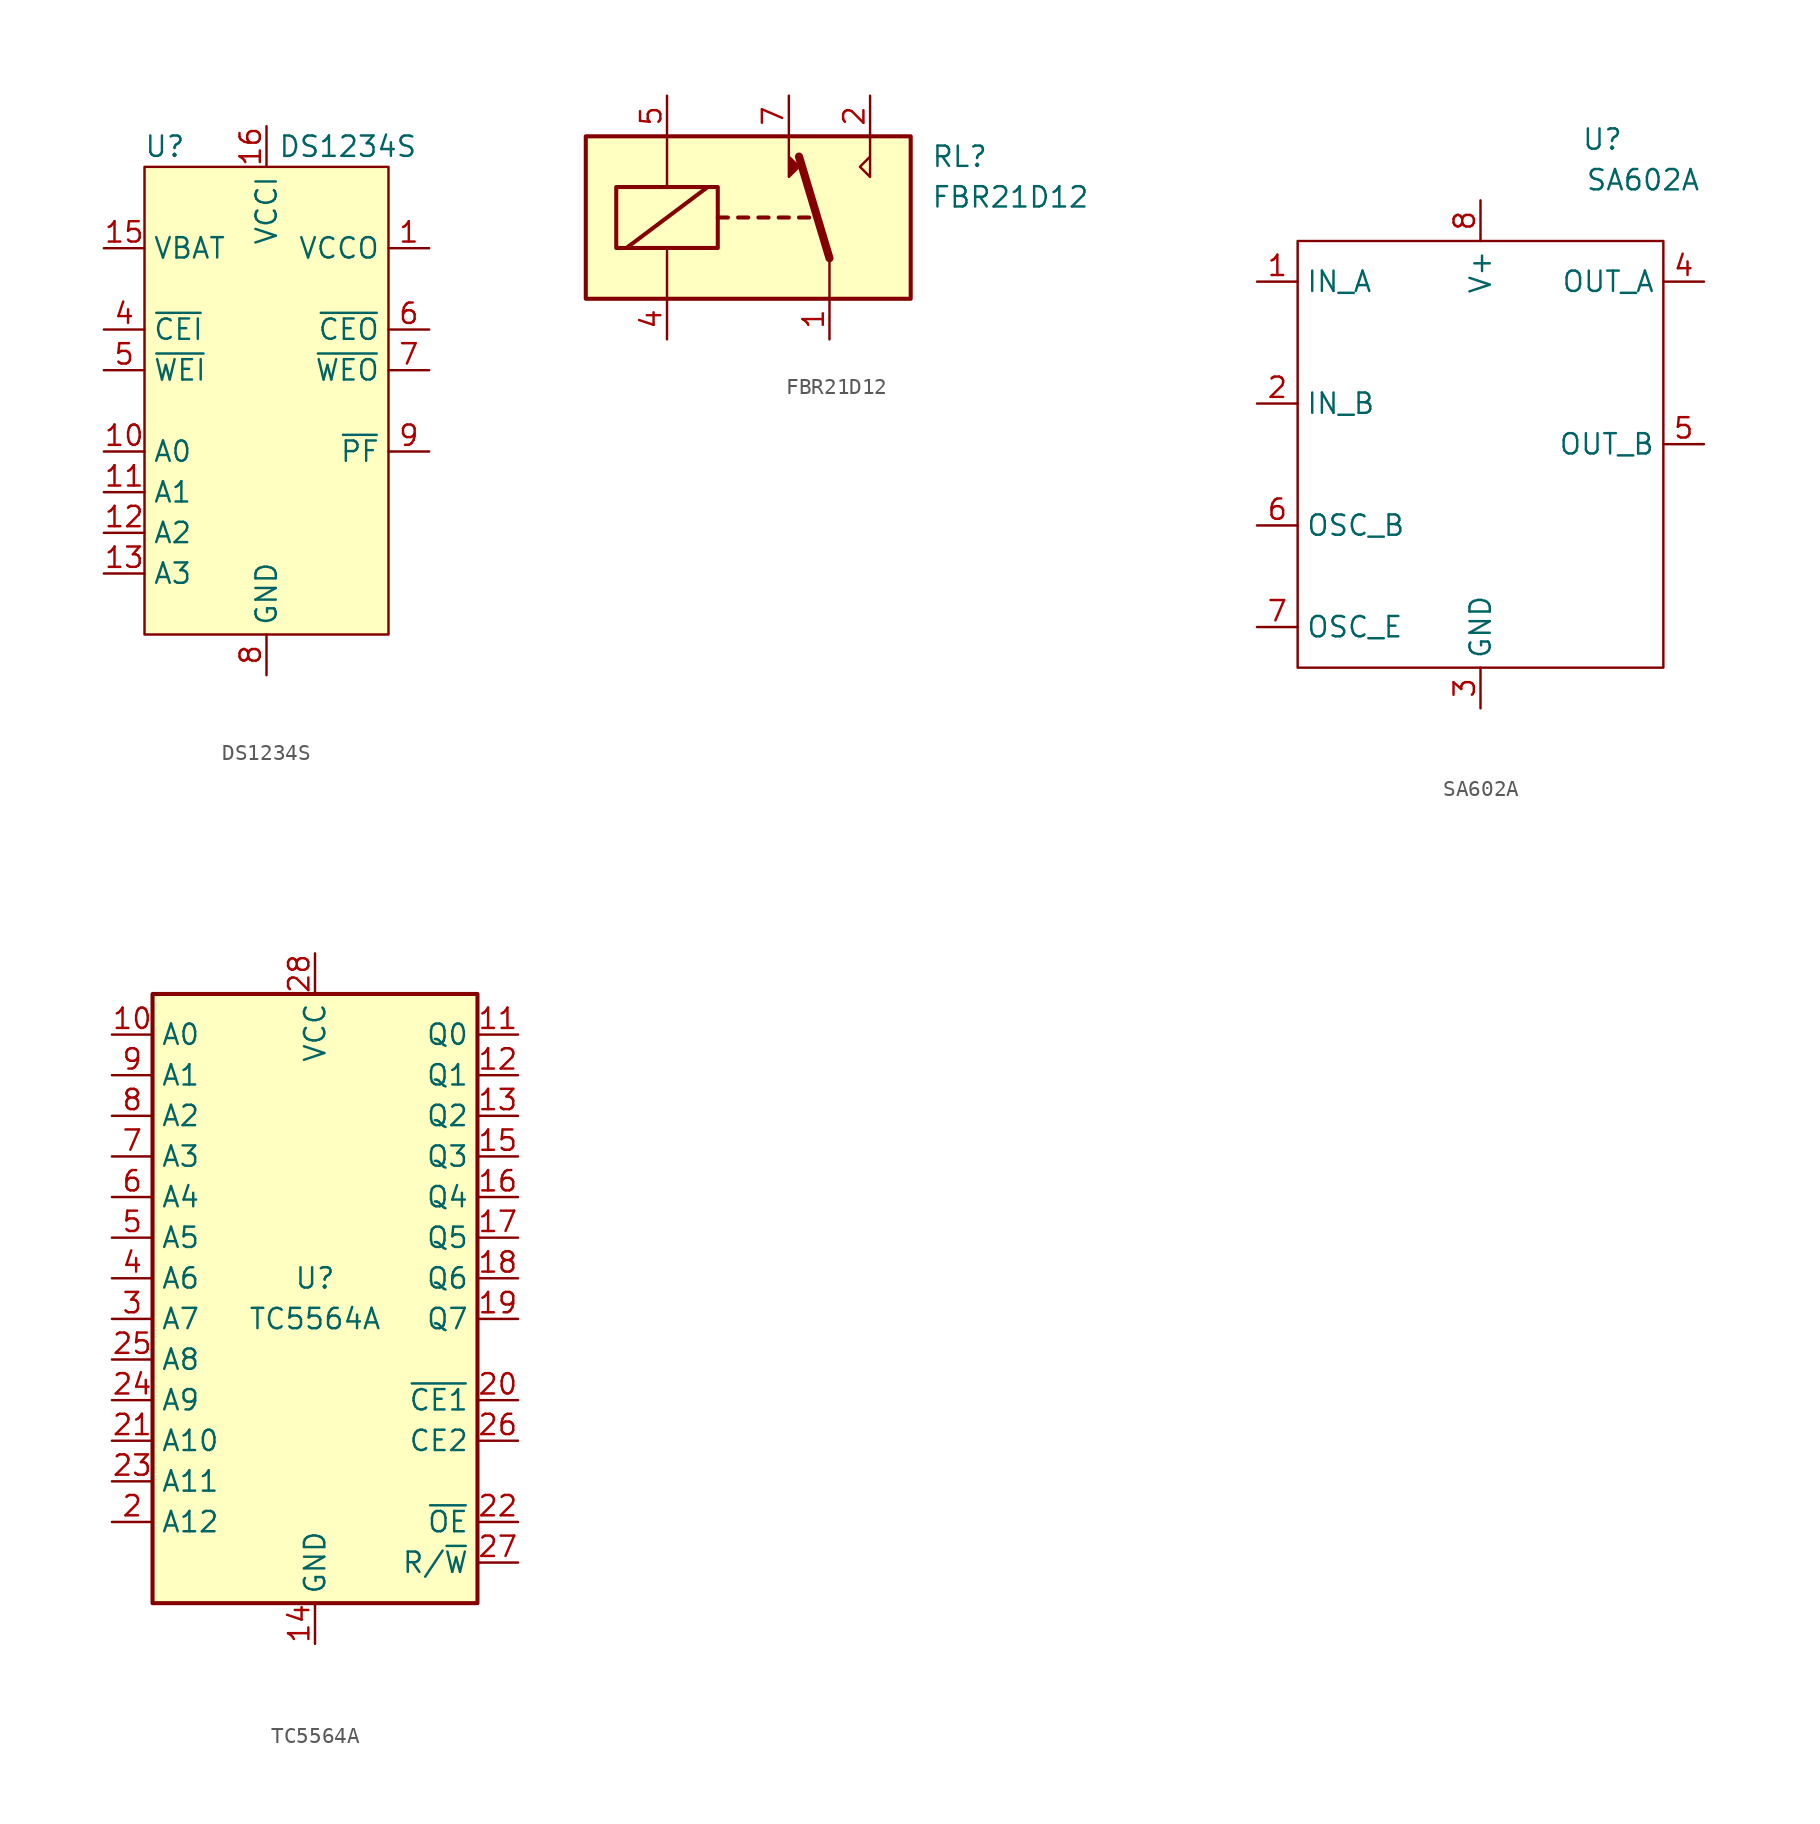
<source format=kicad_sym>
(kicad_symbol_lib
  (version 20211014)
  (generator kicad_symbol_editor)
  (symbol "DS1234S"
    (property "Reference" "U"
      (at -6.35 6.35 0)
      (effects (font (size 1.27 1.27))))
    (property "Value" "DS1234S"
      (at 5.08 6.35 0)
      (effects (font (size 1.27 1.27))))
    (symbol "DS1234S_0_1"
      (rectangle (start -7.62 5.08) (end 7.62 -24.13) (stroke (width 0) (type default) (color 0 0 0 0)) (fill (type background))))
    (symbol "DS1234S_1_1"
      (pin output line (at 10.16 0 180) (length 2.54) (name "VCCO" (effects (font (size 1.27 1.27)))) (number "1" (effects (font (size 1.27 1.27)))))
      (pin input line (at -10.16 -12.7 0) (length 2.54) (name "A0" (effects (font (size 1.27 1.27)))) (number "10" (effects (font (size 1.27 1.27)))))
      (pin input line (at -10.16 -15.24 0) (length 2.54) (name "A1" (effects (font (size 1.27 1.27)))) (number "11" (effects (font (size 1.27 1.27)))))
      (pin input line (at -10.16 -17.78 0) (length 2.54) (name "A2" (effects (font (size 1.27 1.27)))) (number "12" (effects (font (size 1.27 1.27)))))
      (pin input line (at -10.16 -20.32 0) (length 2.54) (name "A3" (effects (font (size 1.27 1.27)))) (number "13" (effects (font (size 1.27 1.27)))))
      (pin power_in line (at -10.16 0 0) (length 2.54) (name "VBAT" (effects (font (size 1.27 1.27)))) (number "15" (effects (font (size 1.27 1.27)))))
      (pin input line (at 0 7.62 270) (length 2.54) (name "VCCI" (effects (font (size 1.27 1.27)))) (number "16" (effects (font (size 1.27 1.27)))))
      (pin input line (at -10.16 -5.08 0) (length 2.54) (name "~{CEI}" (effects (font (size 1.27 1.27)))) (number "4" (effects (font (size 1.27 1.27)))))
      (pin input line (at -10.16 -7.62 0) (length 2.54) (name "~{WEI}" (effects (font (size 1.27 1.27)))) (number "5" (effects (font (size 1.27 1.27)))))
      (pin output line (at 10.16 -5.08 180) (length 2.54) (name "~{CEO}" (effects (font (size 1.27 1.27)))) (number "6" (effects (font (size 1.27 1.27)))))
      (pin output line (at 10.16 -7.62 180) (length 2.54) (name "~{WEO}" (effects (font (size 1.27 1.27)))) (number "7" (effects (font (size 1.27 1.27)))))
      (pin power_in line (at 0 -26.67 90) (length 2.54) (name "GND" (effects (font (size 1.27 1.27)))) (number "8" (effects (font (size 1.27 1.27)))))
      (pin output line (at 10.16 -12.7 180) (length 2.54) (name "~{PF}" (effects (font (size 1.27 1.27)))) (number "9" (effects (font (size 1.27 1.27)))))))
  (symbol "FBR21D12"
    (property "Reference" "RL"
      (at 11.43 3.81 0)
      (effects (font (size 1.27 1.27)) (justify left)))
    (property "Value" "FBR21D12"
      (at 11.43 1.27 0)
      (effects (font (size 1.27 1.27)) (justify left)))
    (symbol "FBR21D12_0_0"
      (polyline (pts (xy 7.62 5.08) (xy 7.62 2.54) (xy 6.985 3.175) (xy 7.62 3.81)) (stroke (width 0) (type default) (color 0 0 0 0)) (fill (type none))))
    (symbol "FBR21D12_0_1"
      (rectangle (start -10.16 5.08) (end 10.16 -5.08) (stroke (width 0.254) (type default) (color 0 0 0 0)) (fill (type background)))
      (rectangle (start -8.255 1.905) (end -1.905 -1.905) (stroke (width 0.254) (type default) (color 0 0 0 0)) (fill (type none)))
      (polyline (pts (xy -7.62 -1.905) (xy -2.54 1.905)) (stroke (width 0.254) (type default) (color 0 0 0 0)) (fill (type none)))
      (polyline (pts (xy -5.08 -5.08) (xy -5.08 -1.905)) (stroke (width 0) (type default) (color 0 0 0 0)) (fill (type none)))
      (polyline (pts (xy -5.08 5.08) (xy -5.08 1.905)) (stroke (width 0) (type default) (color 0 0 0 0)) (fill (type none)))
      (polyline (pts (xy -1.905 0) (xy -1.27 0)) (stroke (width 0.254) (type default) (color 0 0 0 0)) (fill (type none)))
      (polyline (pts (xy -0.635 0) (xy 0 0)) (stroke (width 0.254) (type default) (color 0 0 0 0)) (fill (type none)))
      (polyline (pts (xy 0.635 0) (xy 1.27 0)) (stroke (width 0.254) (type default) (color 0 0 0 0)) (fill (type none)))
      (polyline (pts (xy 1.905 0) (xy 2.54 0)) (stroke (width 0.254) (type default) (color 0 0 0 0)) (fill (type none)))
      (polyline (pts (xy 3.175 0) (xy 3.81 0)) (stroke (width 0.254) (type default) (color 0 0 0 0)) (fill (type none)))
      (polyline (pts (xy 5.08 -2.54) (xy 3.175 3.81)) (stroke (width 0.508) (type default) (color 0 0 0 0)) (fill (type none)))
      (polyline (pts (xy 5.08 -2.54) (xy 5.08 -5.08)) (stroke (width 0) (type default) (color 0 0 0 0)) (fill (type none)))
      (polyline (pts (xy 2.54 5.08) (xy 2.54 2.54) (xy 3.175 3.175) (xy 2.54 3.81)) (stroke (width 0) (type default) (color 0 0 0 0)) (fill (type outline))))
    (symbol "FBR21D12_1_1"
      (pin passive line (at 5.08 -7.62 90) (length 2.54) (name "~" (effects (font (size 1.27 1.27)))) (number "1" (effects (font (size 1.27 1.27)))))
      (pin passive line (at 7.62 7.62 270) (length 2.54) (name "~" (effects (font (size 1.27 1.27)))) (number "2" (effects (font (size 1.27 1.27)))))
      (pin passive line (at -5.08 -7.62 90) (length 2.54) (name "~" (effects (font (size 1.27 1.27)))) (number "4" (effects (font (size 1.27 1.27)))))
      (pin passive line (at -5.08 7.62 270) (length 2.54) (name "~" (effects (font (size 1.27 1.27)))) (number "5" (effects (font (size 1.27 1.27)))))
      (pin passive line (at 2.54 7.62 270) (length 2.54) (name "~" (effects (font (size 1.27 1.27)))) (number "7" (effects (font (size 1.27 1.27)))))
      (pin passive line (at 5.08 -7.62 90) (length 2.54) hide (name "~" (effects (font (size 1.27 1.27)))) (number "8" (effects (font (size 1.27 1.27)))))))
  (symbol "SA602A"
    (property "Reference" "U"
      (at 10.16 6.35 0)
      (effects (font (size 1.27 1.27))))
    (property "Value" "SA602A"
      (at 12.7 3.81 0)
      (effects (font (size 1.27 1.27))))
    (symbol "SA602A_0_1"
      (rectangle (start -8.89 0) (end 13.97 -26.67) (stroke (width 0) (type default) (color 0 0 0 0)) (fill (type none))))
    (symbol "SA602A_1_1"
      (pin input line (at -11.43 -2.54 0) (length 2.54) (name "IN_A" (effects (font (size 1.27 1.27)))) (number "1" (effects (font (size 1.27 1.27)))))
      (pin input line (at -11.43 -10.16 0) (length 2.54) (name "IN_B" (effects (font (size 1.27 1.27)))) (number "2" (effects (font (size 1.27 1.27)))))
      (pin power_in line (at 2.54 -29.21 90) (length 2.54) (name "GND" (effects (font (size 1.27 1.27)))) (number "3" (effects (font (size 1.27 1.27)))))
      (pin output line (at 16.51 -2.54 180) (length 2.54) (name "OUT_A" (effects (font (size 1.27 1.27)))) (number "4" (effects (font (size 1.27 1.27)))))
      (pin output line (at 16.51 -12.7 180) (length 2.54) (name "OUT_B" (effects (font (size 1.27 1.27)))) (number "5" (effects (font (size 1.27 1.27)))))
      (pin passive line (at -11.43 -17.78 0) (length 2.54) (name "OSC_B" (effects (font (size 1.27 1.27)))) (number "6" (effects (font (size 1.27 1.27)))))
      (pin passive line (at -11.43 -24.13 0) (length 2.54) (name "OSC_E" (effects (font (size 1.27 1.27)))) (number "7" (effects (font (size 1.27 1.27)))))
      (pin power_in line (at 2.54 2.54 270) (length 2.54) (name "V+" (effects (font (size 1.27 1.27)))) (number "8" (effects (font (size 1.27 1.27)))))))
  (symbol "TC5564A"
    (property "Reference" "U"
      (at 0 1.27 0)
      (effects (font (size 1.27 1.27))))
    (property "Value" "TC5564A"
      (at 0 -1.27 0)
      (effects (font (size 1.27 1.27))))
    (symbol "TC5564A_0_0"
      (pin power_in line (at 0 -21.59 90) (length 2.54) (name "GND" (effects (font (size 1.27 1.27)))) (number "14" (effects (font (size 1.27 1.27)))))
      (pin power_in line (at 0 21.59 270) (length 2.54) (name "VCC" (effects (font (size 1.27 1.27)))) (number "28" (effects (font (size 1.27 1.27))))))
    (symbol "TC5564A_0_1"
      (rectangle (start -10.16 19.05) (end 10.16 -19.05) (stroke (width 0.254) (type default) (color 0 0 0 0)) (fill (type background))))
    (symbol "TC5564A_1_1"
      (pin input line (at -12.7 16.51 0) (length 2.54) (name "A0" (effects (font (size 1.27 1.27)))) (number "10" (effects (font (size 1.27 1.27)))))
      (pin tri_state line (at 12.7 16.51 180) (length 2.54) (name "Q0" (effects (font (size 1.27 1.27)))) (number "11" (effects (font (size 1.27 1.27)))))
      (pin tri_state line (at 12.7 13.97 180) (length 2.54) (name "Q1" (effects (font (size 1.27 1.27)))) (number "12" (effects (font (size 1.27 1.27)))))
      (pin tri_state line (at 12.7 11.43 180) (length 2.54) (name "Q2" (effects (font (size 1.27 1.27)))) (number "13" (effects (font (size 1.27 1.27)))))
      (pin tri_state line (at 12.7 8.89 180) (length 2.54) (name "Q3" (effects (font (size 1.27 1.27)))) (number "15" (effects (font (size 1.27 1.27)))))
      (pin tri_state line (at 12.7 6.35 180) (length 2.54) (name "Q4" (effects (font (size 1.27 1.27)))) (number "16" (effects (font (size 1.27 1.27)))))
      (pin tri_state line (at 12.7 3.81 180) (length 2.54) (name "Q5" (effects (font (size 1.27 1.27)))) (number "17" (effects (font (size 1.27 1.27)))))
      (pin tri_state line (at 12.7 1.27 180) (length 2.54) (name "Q6" (effects (font (size 1.27 1.27)))) (number "18" (effects (font (size 1.27 1.27)))))
      (pin tri_state line (at 12.7 -1.27 180) (length 2.54) (name "Q7" (effects (font (size 1.27 1.27)))) (number "19" (effects (font (size 1.27 1.27)))))
      (pin input line (at -12.7 -13.97 0) (length 2.54) (name "A12" (effects (font (size 1.27 1.27)))) (number "2" (effects (font (size 1.27 1.27)))))
      (pin input line (at 12.7 -6.35 180) (length 2.54) (name "~{CE1}" (effects (font (size 1.27 1.27)))) (number "20" (effects (font (size 1.27 1.27)))))
      (pin input line (at -12.7 -8.89 0) (length 2.54) (name "A10" (effects (font (size 1.27 1.27)))) (number "21" (effects (font (size 1.27 1.27)))))
      (pin input line (at 12.7 -13.97 180) (length 2.54) (name "~{OE}" (effects (font (size 1.27 1.27)))) (number "22" (effects (font (size 1.27 1.27)))))
      (pin input line (at -12.7 -11.43 0) (length 2.54) (name "A11" (effects (font (size 1.27 1.27)))) (number "23" (effects (font (size 1.27 1.27)))))
      (pin input line (at -12.7 -6.35 0) (length 2.54) (name "A9" (effects (font (size 1.27 1.27)))) (number "24" (effects (font (size 1.27 1.27)))))
      (pin input line (at -12.7 -3.81 0) (length 2.54) (name "A8" (effects (font (size 1.27 1.27)))) (number "25" (effects (font (size 1.27 1.27)))))
      (pin input line (at 12.7 -8.89 180) (length 2.54) (name "CE2" (effects (font (size 1.27 1.27)))) (number "26" (effects (font (size 1.27 1.27)))))
      (pin input line (at 12.7 -16.51 180) (length 2.54) (name "R/~{W}" (effects (font (size 1.27 1.27)))) (number "27" (effects (font (size 1.27 1.27)))))
      (pin input line (at -12.7 -1.27 0) (length 2.54) (name "A7" (effects (font (size 1.27 1.27)))) (number "3" (effects (font (size 1.27 1.27)))))
      (pin input line (at -12.7 1.27 0) (length 2.54) (name "A6" (effects (font (size 1.27 1.27)))) (number "4" (effects (font (size 1.27 1.27)))))
      (pin input line (at -12.7 3.81 0) (length 2.54) (name "A5" (effects (font (size 1.27 1.27)))) (number "5" (effects (font (size 1.27 1.27)))))
      (pin input line (at -12.7 6.35 0) (length 2.54) (name "A4" (effects (font (size 1.27 1.27)))) (number "6" (effects (font (size 1.27 1.27)))))
      (pin input line (at -12.7 8.89 0) (length 2.54) (name "A3" (effects (font (size 1.27 1.27)))) (number "7" (effects (font (size 1.27 1.27)))))
      (pin input line (at -12.7 11.43 0) (length 2.54) (name "A2" (effects (font (size 1.27 1.27)))) (number "8" (effects (font (size 1.27 1.27)))))
      (pin input line (at -12.7 13.97 0) (length 2.54) (name "A1" (effects (font (size 1.27 1.27)))) (number "9" (effects (font (size 1.27 1.27))))))))
</source>
